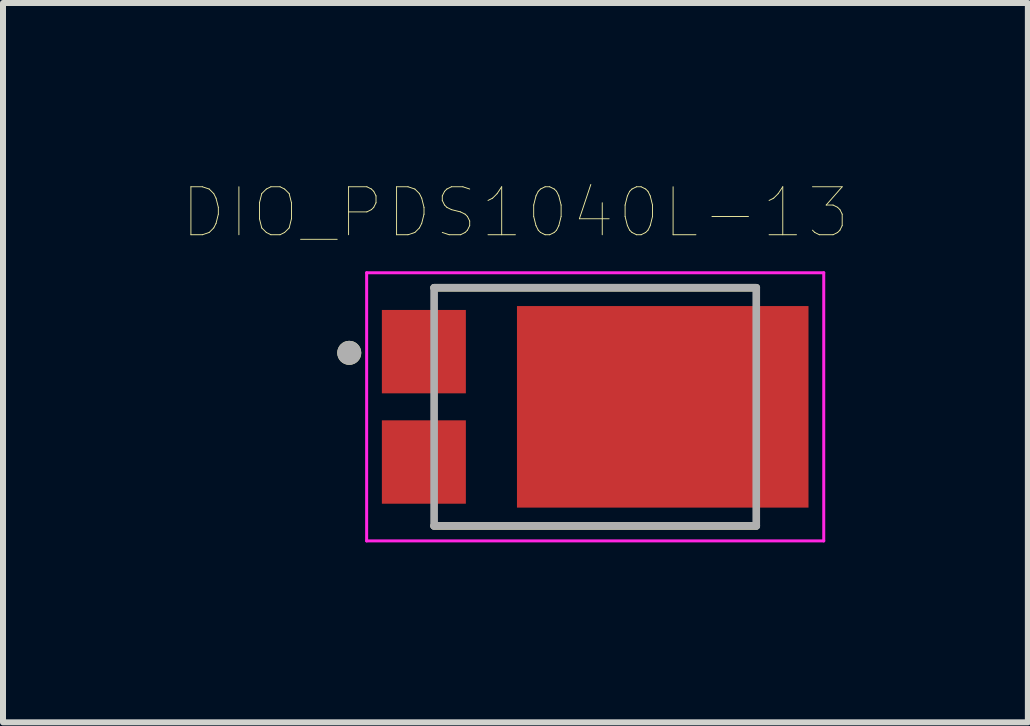
<source format=kicad_pcb>
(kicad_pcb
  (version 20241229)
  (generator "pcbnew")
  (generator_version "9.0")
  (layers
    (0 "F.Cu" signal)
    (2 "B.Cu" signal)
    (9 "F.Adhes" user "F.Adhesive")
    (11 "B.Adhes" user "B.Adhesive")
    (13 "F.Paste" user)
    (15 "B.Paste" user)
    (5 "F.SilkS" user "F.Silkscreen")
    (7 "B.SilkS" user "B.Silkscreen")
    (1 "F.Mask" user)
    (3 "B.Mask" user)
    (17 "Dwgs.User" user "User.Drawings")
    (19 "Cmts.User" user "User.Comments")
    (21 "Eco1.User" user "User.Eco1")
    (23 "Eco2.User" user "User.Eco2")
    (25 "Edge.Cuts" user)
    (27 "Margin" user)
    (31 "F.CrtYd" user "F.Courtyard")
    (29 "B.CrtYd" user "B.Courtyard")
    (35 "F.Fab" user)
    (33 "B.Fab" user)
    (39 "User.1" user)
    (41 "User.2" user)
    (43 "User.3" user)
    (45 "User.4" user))
  (footprint "DIO_PDS1040L-13"
    (layer "F.Cu")
    (at 6.872 3.732)
    (property "Reference" "DIO_PDS1040L-13" (at -1.33 -3.238 0) (layer "F.SilkS") (effects (font (size 0.8 0.8) (thickness 0.015))))
    (attr through_hole)
    (fp_line (start -2.685 -1.985) (end 2.685 -1.985) (stroke (width 0.127) (type solid)) (layer "F.SilkS"))
    (fp_line (start 2.685 1.985) (end -2.685 1.985) (stroke (width 0.127) (type solid)) (layer "F.SilkS"))
    (fp_circle (center -4.1 -0.9) (end -4 -0.9) (stroke (width 0.2) (type solid)) (fill no) (layer "F.SilkS"))
    (fp_poly (pts (xy 0.066 -1.54) (xy 2.186 -1.54) (xy 2.186 1.54) (xy 0.066 1.54)) (stroke (width 0.01) (type solid)) (fill yes) (layer "F.Paste"))
    (fp_line (start -3.81 -2.235) (end 3.81 -2.235) (stroke (width 0.05) (type solid)) (layer "F.CrtYd"))
    (fp_line (start -3.81 2.235) (end -3.81 -2.235) (stroke (width 0.05) (type solid)) (layer "F.CrtYd"))
    (fp_line (start 3.81 -2.235) (end 3.81 2.235) (stroke (width 0.05) (type solid)) (layer "F.CrtYd"))
    (fp_line (start 3.81 2.235) (end -3.81 2.235) (stroke (width 0.05) (type solid)) (layer "F.CrtYd"))
    (fp_line (start -2.685 -1.985) (end 2.685 -1.985) (stroke (width 0.127) (type solid)) (layer "F.Fab"))
    (fp_line (start -2.685 1.985) (end -2.685 -1.985) (stroke (width 0.127) (type solid)) (layer "F.Fab"))
    (fp_line (start 2.685 -1.985) (end 2.685 1.985) (stroke (width 0.127) (type solid)) (layer "F.Fab"))
    (fp_line (start 2.685 1.985) (end -2.685 1.985) (stroke (width 0.127) (type solid)) (layer "F.Fab"))
    (fp_circle (center -4.1 -0.9) (end -4 -0.9) (stroke (width 0.2) (type solid)) (fill no) (layer "F.Fab"))
    (pad "1" smd rect (at -2.856 -0.92) (size 1.4 1.39) (layers "F.Cu" "F.Mask" "F.Paste"))
    (pad "2" smd rect (at -2.856 0.92) (size 1.4 1.39) (layers "F.Cu" "F.Mask" "F.Paste"))
    (pad "3" smd rect (at 1.126 0) (size 4.86 3.36) (layers "F.Cu" "F.Mask")))
  (gr_rect
    (start -3 -3)
    (end 14.085 8.992)
    (stroke (width 0.1) (type default))
    (fill no)
    (layer "Edge.Cuts")))
</source>
